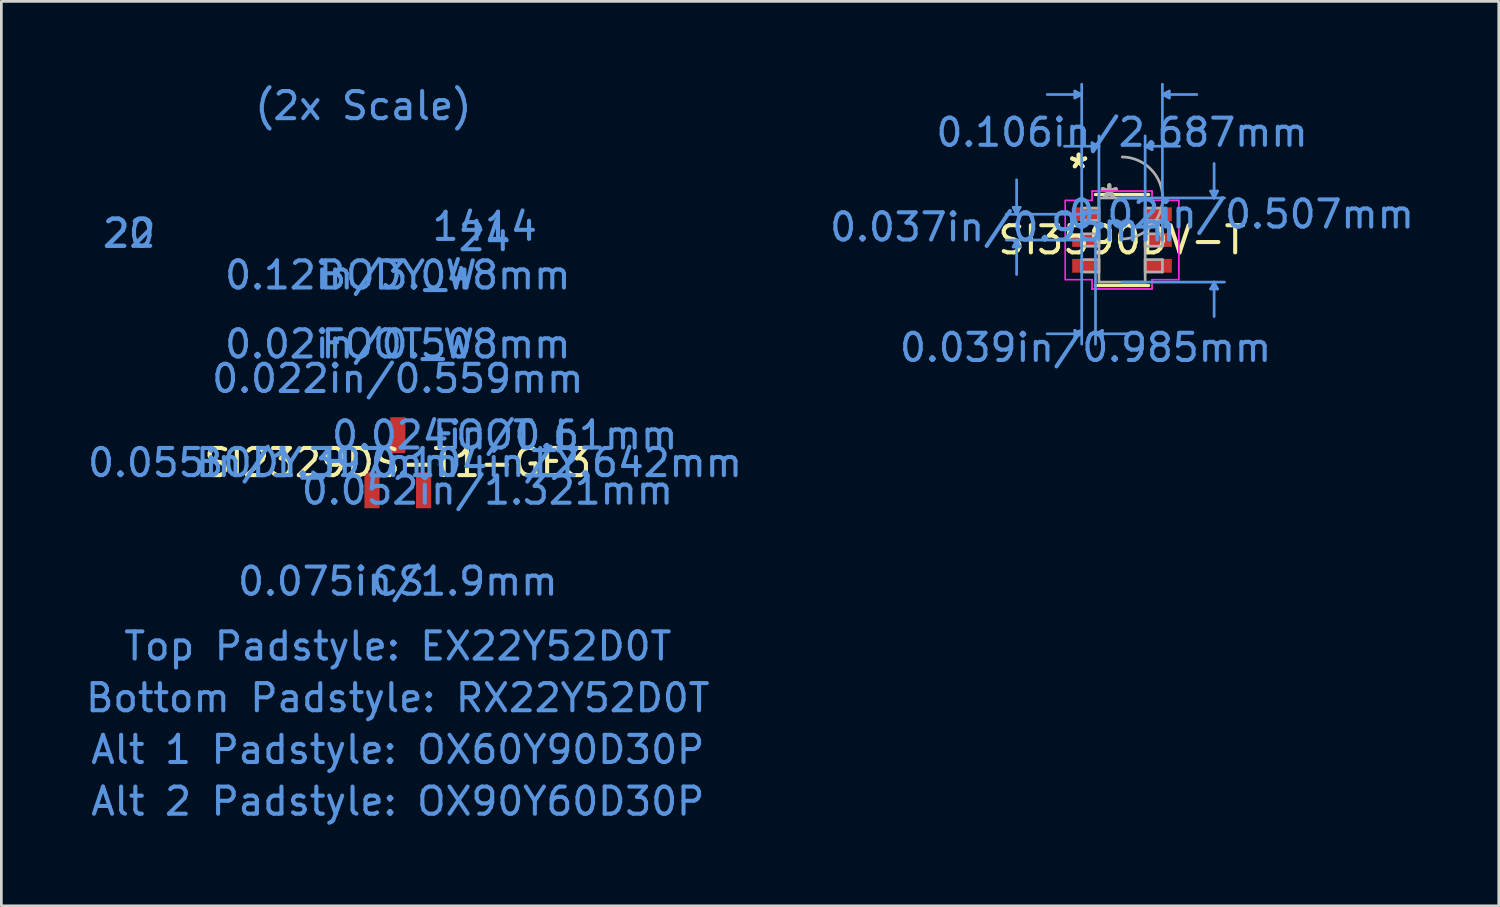
<source format=kicad_pcb>
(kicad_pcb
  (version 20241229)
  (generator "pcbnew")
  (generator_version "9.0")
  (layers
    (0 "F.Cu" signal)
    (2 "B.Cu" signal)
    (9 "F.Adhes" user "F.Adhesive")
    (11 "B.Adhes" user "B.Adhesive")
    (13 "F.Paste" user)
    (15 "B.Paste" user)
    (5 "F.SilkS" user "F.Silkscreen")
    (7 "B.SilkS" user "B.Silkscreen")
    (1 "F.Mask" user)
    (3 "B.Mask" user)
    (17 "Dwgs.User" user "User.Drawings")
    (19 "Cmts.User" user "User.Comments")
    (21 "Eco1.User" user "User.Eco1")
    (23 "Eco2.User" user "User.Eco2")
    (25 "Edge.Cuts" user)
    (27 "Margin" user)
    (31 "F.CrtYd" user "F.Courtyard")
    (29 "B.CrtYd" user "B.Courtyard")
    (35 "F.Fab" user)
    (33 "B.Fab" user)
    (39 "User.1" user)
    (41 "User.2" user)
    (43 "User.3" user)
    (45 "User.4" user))
  (footprint "SI3590DV-T"
    (layer "F.Cu")
    (at 38.275 5.79)
    (property "Reference" "SI3590DV-T" (at 0 0 0) (layer "F.SilkS") (effects (font (size 1 1) (thickness 0.15))))
    (attr through_hole)
    (fp_line (start -0.978 1.676) (end 0.978 1.676) (stroke (width 0.12) (type solid)) (layer "F.SilkS"))
    (fp_line (start 0.978 -1.676) (end -0.978 -1.676) (stroke (width 0.12) (type solid)) (layer "F.SilkS"))
    (fp_line (start -4.01 -1.204) (end -3.756 -1.204) (stroke (width 0.1) (type solid)) (layer "Cmts.User"))
    (fp_line (start -4.01 0.254) (end -3.756 0.254) (stroke (width 0.1) (type solid)) (layer "Cmts.User"))
    (fp_line (start -3.883 -0.95) (end -4.01 -1.204) (stroke (width 0.1) (type solid)) (layer "Cmts.User"))
    (fp_line (start -3.883 -0.95) (end -3.883 -2.22) (stroke (width 0.1) (type solid)) (layer "Cmts.User"))
    (fp_line (start -3.883 -0.95) (end -3.756 -1.204) (stroke (width 0.1) (type solid)) (layer "Cmts.User"))
    (fp_line (start -3.883 0) (end -4.01 0.254) (stroke (width 0.1) (type solid)) (layer "Cmts.User"))
    (fp_line (start -3.883 0) (end -3.883 1.27) (stroke (width 0.1) (type solid)) (layer "Cmts.User"))
    (fp_line (start -3.883 0) (end -3.756 0.254) (stroke (width 0.1) (type solid)) (layer "Cmts.User"))
    (fp_line (start -1.74 -5.486) (end -1.74 -5.232) (stroke (width 0.1) (type solid)) (layer "Cmts.User"))
    (fp_line (start -1.74 3.327) (end -1.74 3.581) (stroke (width 0.1) (type solid)) (layer "Cmts.User"))
    (fp_line (start -1.486 -5.359) (end -2.756 -5.359) (stroke (width 0.1) (type solid)) (layer "Cmts.User"))
    (fp_line (start -1.486 -5.359) (end -1.74 -5.486) (stroke (width 0.1) (type solid)) (layer "Cmts.User"))
    (fp_line (start -1.486 -5.359) (end -1.74 -5.232) (stroke (width 0.1) (type solid)) (layer "Cmts.User"))
    (fp_line (start -1.486 0) (end -1.486 -5.74) (stroke (width 0.1) (type solid)) (layer "Cmts.User"))
    (fp_line (start -1.486 0) (end -1.486 3.835) (stroke (width 0.1) (type solid)) (layer "Cmts.User"))
    (fp_line (start -1.486 3.454) (end -2.756 3.454) (stroke (width 0.1) (type solid)) (layer "Cmts.User"))
    (fp_line (start -1.486 3.454) (end -1.74 3.327) (stroke (width 0.1) (type solid)) (layer "Cmts.User"))
    (fp_line (start -1.486 3.454) (end -1.74 3.581) (stroke (width 0.1) (type solid)) (layer "Cmts.User"))
    (fp_line (start -1.343 -0.95) (end -4.264 -0.95) (stroke (width 0.1) (type solid)) (layer "Cmts.User"))
    (fp_line (start -1.343 0) (end -4.264 0) (stroke (width 0.1) (type solid)) (layer "Cmts.User"))
    (fp_line (start -1.105 -3.581) (end -1.105 -3.327) (stroke (width 0.1) (type solid)) (layer "Cmts.User"))
    (fp_line (start -0.978 0) (end -0.978 3.835) (stroke (width 0.1) (type solid)) (layer "Cmts.User"))
    (fp_line (start -0.978 3.454) (end -0.724 3.327) (stroke (width 0.1) (type solid)) (layer "Cmts.User"))
    (fp_line (start -0.978 3.454) (end -0.724 3.581) (stroke (width 0.1) (type solid)) (layer "Cmts.User"))
    (fp_line (start -0.978 3.454) (end 0.292 3.454) (stroke (width 0.1) (type solid)) (layer "Cmts.User"))
    (fp_line (start -0.851 -3.454) (end -2.121 -3.454) (stroke (width 0.1) (type solid)) (layer "Cmts.User"))
    (fp_line (start -0.851 -3.454) (end -1.105 -3.581) (stroke (width 0.1) (type solid)) (layer "Cmts.User"))
    (fp_line (start -0.851 -3.454) (end -1.105 -3.327) (stroke (width 0.1) (type solid)) (layer "Cmts.User"))
    (fp_line (start -0.851 0) (end -0.851 -3.835) (stroke (width 0.1) (type solid)) (layer "Cmts.User"))
    (fp_line (start -0.724 3.327) (end -0.724 3.581) (stroke (width 0.1) (type solid)) (layer "Cmts.User"))
    (fp_line (start 0 -1.549) (end 3.772 -1.549) (stroke (width 0.1) (type solid)) (layer "Cmts.User"))
    (fp_line (start 0 1.549) (end 3.772 1.549) (stroke (width 0.1) (type solid)) (layer "Cmts.User"))
    (fp_line (start 0.851 -3.454) (end 1.105 -3.581) (stroke (width 0.1) (type solid)) (layer "Cmts.User"))
    (fp_line (start 0.851 -3.454) (end 1.105 -3.327) (stroke (width 0.1) (type solid)) (layer "Cmts.User"))
    (fp_line (start 0.851 -3.454) (end 2.121 -3.454) (stroke (width 0.1) (type solid)) (layer "Cmts.User"))
    (fp_line (start 0.851 0) (end 0.851 -3.835) (stroke (width 0.1) (type solid)) (layer "Cmts.User"))
    (fp_line (start 1.105 -3.581) (end 1.105 -3.327) (stroke (width 0.1) (type solid)) (layer "Cmts.User"))
    (fp_line (start 1.486 -5.359) (end 1.74 -5.486) (stroke (width 0.1) (type solid)) (layer "Cmts.User"))
    (fp_line (start 1.486 -5.359) (end 1.74 -5.232) (stroke (width 0.1) (type solid)) (layer "Cmts.User"))
    (fp_line (start 1.486 -5.359) (end 2.756 -5.359) (stroke (width 0.1) (type solid)) (layer "Cmts.User"))
    (fp_line (start 1.486 0) (end 1.486 -5.74) (stroke (width 0.1) (type solid)) (layer "Cmts.User"))
    (fp_line (start 1.74 -5.486) (end 1.74 -5.232) (stroke (width 0.1) (type solid)) (layer "Cmts.User"))
    (fp_line (start 3.264 -1.803) (end 3.518 -1.803) (stroke (width 0.1) (type solid)) (layer "Cmts.User"))
    (fp_line (start 3.264 1.803) (end 3.518 1.803) (stroke (width 0.1) (type solid)) (layer "Cmts.User"))
    (fp_line (start 3.391 -1.549) (end 3.264 -1.803) (stroke (width 0.1) (type solid)) (layer "Cmts.User"))
    (fp_line (start 3.391 -1.549) (end 3.391 -2.819) (stroke (width 0.1) (type solid)) (layer "Cmts.User"))
    (fp_line (start 3.391 -1.549) (end 3.518 -1.803) (stroke (width 0.1) (type solid)) (layer "Cmts.User"))
    (fp_line (start 3.391 1.549) (end 3.264 1.803) (stroke (width 0.1) (type solid)) (layer "Cmts.User"))
    (fp_line (start 3.391 1.549) (end 3.391 2.819) (stroke (width 0.1) (type solid)) (layer "Cmts.User"))
    (fp_line (start 3.391 1.549) (end 3.518 1.803) (stroke (width 0.1) (type solid)) (layer "Cmts.User"))
    (fp_line (start -2.09 -1.458) (end -1.105 -1.458) (stroke (width 0.05) (type solid)) (layer "F.CrtYd"))
    (fp_line (start -2.09 -1.458) (end -1.105 -1.458) (stroke (width 0.05) (type solid)) (layer "F.CrtYd"))
    (fp_line (start -2.09 1.458) (end -2.09 -1.458) (stroke (width 0.05) (type solid)) (layer "F.CrtYd"))
    (fp_line (start -2.09 1.458) (end -2.09 -1.458) (stroke (width 0.05) (type solid)) (layer "F.CrtYd"))
    (fp_line (start -2.09 1.458) (end -1.105 1.458) (stroke (width 0.05) (type solid)) (layer "F.CrtYd"))
    (fp_line (start -1.105 -1.803) (end 1.105 -1.803) (stroke (width 0.05) (type solid)) (layer "F.CrtYd"))
    (fp_line (start -1.105 -1.803) (end 1.105 -1.803) (stroke (width 0.05) (type solid)) (layer "F.CrtYd"))
    (fp_line (start -1.105 -1.458) (end -1.105 -1.803) (stroke (width 0.05) (type solid)) (layer "F.CrtYd"))
    (fp_line (start -1.105 -1.458) (end -1.105 -1.803) (stroke (width 0.05) (type solid)) (layer "F.CrtYd"))
    (fp_line (start -1.105 1.458) (end -2.09 1.458) (stroke (width 0.05) (type solid)) (layer "F.CrtYd"))
    (fp_line (start -1.105 1.803) (end -1.105 1.458) (stroke (width 0.05) (type solid)) (layer "F.CrtYd"))
    (fp_line (start -1.105 1.803) (end -1.105 1.458) (stroke (width 0.05) (type solid)) (layer "F.CrtYd"))
    (fp_line (start 1.105 -1.803) (end 1.105 -1.458) (stroke (width 0.05) (type solid)) (layer "F.CrtYd"))
    (fp_line (start 1.105 -1.803) (end 1.105 -1.458) (stroke (width 0.05) (type solid)) (layer "F.CrtYd"))
    (fp_line (start 1.105 -1.458) (end 2.09 -1.458) (stroke (width 0.05) (type solid)) (layer "F.CrtYd"))
    (fp_line (start 1.105 1.458) (end 1.105 1.803) (stroke (width 0.05) (type solid)) (layer "F.CrtYd"))
    (fp_line (start 1.105 1.458) (end 1.105 1.803) (stroke (width 0.05) (type solid)) (layer "F.CrtYd"))
    (fp_line (start 1.105 1.803) (end -1.105 1.803) (stroke (width 0.05) (type solid)) (layer "F.CrtYd"))
    (fp_line (start 1.105 1.803) (end -1.105 1.803) (stroke (width 0.05) (type solid)) (layer "F.CrtYd"))
    (fp_line (start 2.09 -1.458) (end 1.105 -1.458) (stroke (width 0.05) (type solid)) (layer "F.CrtYd"))
    (fp_line (start 2.09 -1.458) (end 2.09 1.458) (stroke (width 0.05) (type solid)) (layer "F.CrtYd"))
    (fp_line (start 2.09 -1.458) (end 2.09 1.458) (stroke (width 0.05) (type solid)) (layer "F.CrtYd"))
    (fp_line (start 2.09 1.458) (end 1.105 1.458) (stroke (width 0.05) (type solid)) (layer "F.CrtYd"))
    (fp_line (start 2.09 1.458) (end 1.105 1.458) (stroke (width 0.05) (type solid)) (layer "F.CrtYd"))
    (fp_line (start -1.486 -1.179) (end -1.486 -0.721) (stroke (width 0.1) (type solid)) (layer "F.Fab"))
    (fp_line (start -1.486 -0.721) (end -0.851 -0.721) (stroke (width 0.1) (type solid)) (layer "F.Fab"))
    (fp_line (start -1.486 -0.229) (end -1.486 0.229) (stroke (width 0.1) (type solid)) (layer "F.Fab"))
    (fp_line (start -1.486 0.229) (end -0.851 0.229) (stroke (width 0.1) (type solid)) (layer "F.Fab"))
    (fp_line (start -1.486 0.721) (end -1.486 1.179) (stroke (width 0.1) (type solid)) (layer "F.Fab"))
    (fp_line (start -1.486 1.179) (end -0.851 1.179) (stroke (width 0.1) (type solid)) (layer "F.Fab"))
    (fp_line (start -0.851 -1.549) (end -0.851 1.549) (stroke (width 0.1) (type solid)) (layer "F.Fab"))
    (fp_line (start -0.851 -1.179) (end -1.486 -1.179) (stroke (width 0.1) (type solid)) (layer "F.Fab"))
    (fp_line (start -0.851 -0.721) (end -0.851 -1.179) (stroke (width 0.1) (type solid)) (layer "F.Fab"))
    (fp_line (start -0.851 -0.229) (end -1.486 -0.229) (stroke (width 0.1) (type solid)) (layer "F.Fab"))
    (fp_line (start -0.851 0.229) (end -0.851 -0.229) (stroke (width 0.1) (type solid)) (layer "F.Fab"))
    (fp_line (start -0.851 0.721) (end -1.486 0.721) (stroke (width 0.1) (type solid)) (layer "F.Fab"))
    (fp_line (start -0.851 1.179) (end -0.851 0.721) (stroke (width 0.1) (type solid)) (layer "F.Fab"))
    (fp_line (start -0.851 1.549) (end 0.851 1.549) (stroke (width 0.1) (type solid)) (layer "F.Fab"))
    (fp_line (start 0.851 -1.549) (end -0.851 -1.549) (stroke (width 0.1) (type solid)) (layer "F.Fab"))
    (fp_line (start 0.851 -1.179) (end 0.851 -0.721) (stroke (width 0.1) (type solid)) (layer "F.Fab"))
    (fp_line (start 0.851 -0.721) (end 1.486 -0.721) (stroke (width 0.1) (type solid)) (layer "F.Fab"))
    (fp_line (start 0.851 -0.229) (end 0.851 0.229) (stroke (width 0.1) (type solid)) (layer "F.Fab"))
    (fp_line (start 0.851 0.229) (end 1.486 0.229) (stroke (width 0.1) (type solid)) (layer "F.Fab"))
    (fp_line (start 0.851 0.721) (end 0.851 1.179) (stroke (width 0.1) (type solid)) (layer "F.Fab"))
    (fp_line (start 0.851 1.179) (end 1.486 1.179) (stroke (width 0.1) (type solid)) (layer "F.Fab"))
    (fp_line (start 0.851 1.549) (end 0.851 -1.549) (stroke (width 0.1) (type solid)) (layer "F.Fab"))
    (fp_line (start 1.486 -1.179) (end 0.851 -1.179) (stroke (width 0.1) (type solid)) (layer "F.Fab"))
    (fp_line (start 1.486 -0.721) (end 1.486 -1.179) (stroke (width 0.1) (type solid)) (layer "F.Fab"))
    (fp_line (start 1.486 -0.229) (end 0.851 -0.229) (stroke (width 0.1) (type solid)) (layer "F.Fab"))
    (fp_line (start 1.486 0.229) (end 1.486 -0.229) (stroke (width 0.1) (type solid)) (layer "F.Fab"))
    (fp_line (start 1.486 0.721) (end 0.851 0.721) (stroke (width 0.1) (type solid)) (layer "F.Fab"))
    (fp_line (start 1.486 1.179) (end 1.486 0.721) (stroke (width 0.1) (type solid)) (layer "F.Fab"))
    (fp_arc (start 0.007742 -3.059445) (mid 1.510045 -1.541658) (end -0.007742 -0.039355) (stroke (width 0.1) (type solid)) (layer "F.Fab"))
    (fp_text user "*" (at -1.597 -2.6 0) (layer "F.SilkS") (effects (font (size 1 1) (thickness 0.15))))
    (fp_text user "*" (at -1.597 -2.6 0) (layer "F.SilkS") (effects (font (size 1 1) (thickness 0.15))))
    (fp_text user "0.037in/0.95mm" (at -4.391 -0.475 0) (layer "Cmts.User") (effects (font (size 1 1) (thickness 0.15))))
    (fp_text user "0.02in/0.507mm" (at 4.391 -0.95 0) (layer "Cmts.User") (effects (font (size 1 1) (thickness 0.15))))
    (fp_text user "0.039in/0.985mm" (at -1.343 3.962 0) (layer "Cmts.User") (effects (font (size 1 1) (thickness 0.15))))
    (fp_text user "Copyright 2021 Accelerated Designs. All rights reserved." (at 0 0 0) (layer "Cmts.User") (effects (font (size 0.127 0.127) (thickness 0.002))))
    (fp_text user "0.106in/2.687mm" (at 0 -3.962 0) (layer "Cmts.User") (effects (font (size 1 1) (thickness 0.15))))
    (fp_text user "*" (at -0.47 -1.473 0) (layer "F.Fab") (effects (font (size 1 1) (thickness 0.15))))
    (fp_text user "*" (at -0.47 -1.473 0) (layer "F.Fab") (effects (font (size 1 1) (thickness 0.15))))
    (pad "1" smd rect (at -1.343 -0.95) (size 0.985 0.507) (layers "F.Cu" "F.Mask" "F.Paste"))
    (pad "2" smd rect (at -1.343 0) (size 0.985 0.507) (layers "F.Cu" "F.Mask" "F.Paste"))
    (pad "3" smd rect (at -1.343 0.95) (size 0.985 0.507) (layers "F.Cu" "F.Mask" "F.Paste"))
    (pad "4" smd rect (at 1.343 0.95) (size 0.985 0.507) (layers "F.Cu" "F.Mask" "F.Paste"))
    (pad "5" smd rect (at 1.343 0) (size 0.985 0.507) (layers "F.Cu" "F.Mask" "F.Paste"))
    (pad "6" smd rect (at 1.343 -0.95) (size 0.985 0.507) (layers "F.Cu" "F.Mask" "F.Paste")))
  (footprint "SI2329DS-T1-GE3"
    (layer "F.Cu")
    (at 11.601 13.993)
    (property "Reference" "SI2329DS-T1-GE3" (at 0 0 0) (layer "F.SilkS") (effects (font (size 1 1) (thickness 0.15))))
    (attr through_hole)
    (fp_text user "Alt 1 Padstyle: OX60Y90D30P" (at 0 10.566 0) (layer "Cmts.User") (effects (font (size 1 1) (thickness 0.15))))
    (fp_text user "BODY_W" (at 0 -6.909 0) (layer "Cmts.User") (effects (font (size 1 1) (thickness 0.15))))
    (fp_text user "0.12in/3.048mm" (at 0 -6.909 0) (layer "Cmts.User") (effects (font (size 1 1) (thickness 0.15))))
    (fp_text user "Bottom Padstyle: RX22Y52D0T" (at 0 8.661 0) (layer "Cmts.User") (effects (font (size 1 1) (thickness 0.15))))
    (fp_text user "0.02in/0.508mm" (at 0 -4.369 0) (layer "Cmts.User") (effects (font (size 1 1) (thickness 0.15))))
    (fp_text user "LY" (at 5.842 0 0) (layer "Cmts.User") (effects (font (size 1 1) (thickness 0.15))))
    (fp_text user "Alt 2 Padstyle: OX90Y60D30P" (at 0 12.471 0) (layer "Cmts.User") (effects (font (size 1 1) (thickness 0.15))))
    (fp_text user "22" (at -9.881 -8.445 0) (layer "Cmts.User") (effects (font (size 1 1) (thickness 0.15))))
    (fp_text user "FOOT_L" (at 3.937 -1.016 0) (layer "Cmts.User") (effects (font (size 1 1) (thickness 0.15))))
    (fp_text user "Copyright 2016 Accelerated Designs. All rights reserved." (at 0 0 0) (layer "Cmts.User") (effects (font (size 0.127 0.127) (thickness 0.002))))
    (fp_text user "0.052in/1.321mm" (at 3.302 1.016 0) (layer "Cmts.User") (effects (font (size 1 1) (thickness 0.15))))
    (fp_text user "14" (at 2.235 -8.7 0) (layer "Cmts.User") (effects (font (size 1 1) (thickness 0.15))))
    (fp_text user "Top Padstyle: EX22Y52D0T" (at 0 6.756 0) (layer "Cmts.User") (effects (font (size 1 1) (thickness 0.15))))
    (fp_text user "(2x Scale)" (at -1.27 -13.145 0) (layer "Cmts.User") (effects (font (size 1 1) (thickness 0.15))))
    (fp_text user "0.055in/1.397mm" (at -4.572 0 0) (layer "Cmts.User") (effects (font (size 1 1) (thickness 0.15))))
    (fp_text user "14" (at 4.166 -8.7 0) (layer "Cmts.User") (effects (font (size 1 1) (thickness 0.15))))
    (fp_text user "FOOT_W" (at 0 -4.369 0) (layer "Cmts.User") (effects (font (size 1 1) (thickness 0.15))))
    (fp_text user "20" (at -9.906 -8.445 0) (layer "Cmts.User") (effects (font (size 1 1) (thickness 0.15))))
    (fp_text user "0.075in/1.9mm" (at 0 4.369 0) (layer "Cmts.User") (effects (font (size 1 1) (thickness 0.15))))
    (fp_text user "BODY_H" (at -4.572 0 0) (layer "Cmts.User") (effects (font (size 1 1) (thickness 0.15))))
    (fp_text user "0.022in/0.559mm" (at 0 -3.099 0) (layer "Cmts.User") (effects (font (size 1 1) (thickness 0.15))))
    (fp_text user "CS" (at 0 4.369 0) (layer "Cmts.User") (effects (font (size 1 1) (thickness 0.15))))
    (fp_text user "24" (at 3.2 -8.319 0) (layer "Cmts.User") (effects (font (size 1 1) (thickness 0.15))))
    (fp_text user "0.024in/0.61mm" (at 3.937 -1.016 0) (layer "Cmts.User") (effects (font (size 1 1) (thickness 0.15))))
    (fp_text user "0.104in/2.642mm" (at 5.842 0 0) (layer "Cmts.User") (effects (font (size 1 1) (thickness 0.15))))
    (pad "1" smd rect (at -0.95 1.016) (size 0.559 1.321) (layers "F.Cu" "F.Mask" "F.Paste"))
    (pad "2" smd rect (at 0.95 1.016) (size 0.559 1.321) (layers "F.Cu" "F.Mask" "F.Paste"))
    (pad "3" smd rect (at 0 -1.016) (size 0.559 1.321) (layers "F.Cu" "F.Mask" "F.Paste")))
  (gr_rect
    (start -3 -3)
    (end 52.149 30.312)
    (stroke (width 0.1) (type default))
    (fill no)
    (layer "Edge.Cuts")))
</source>
